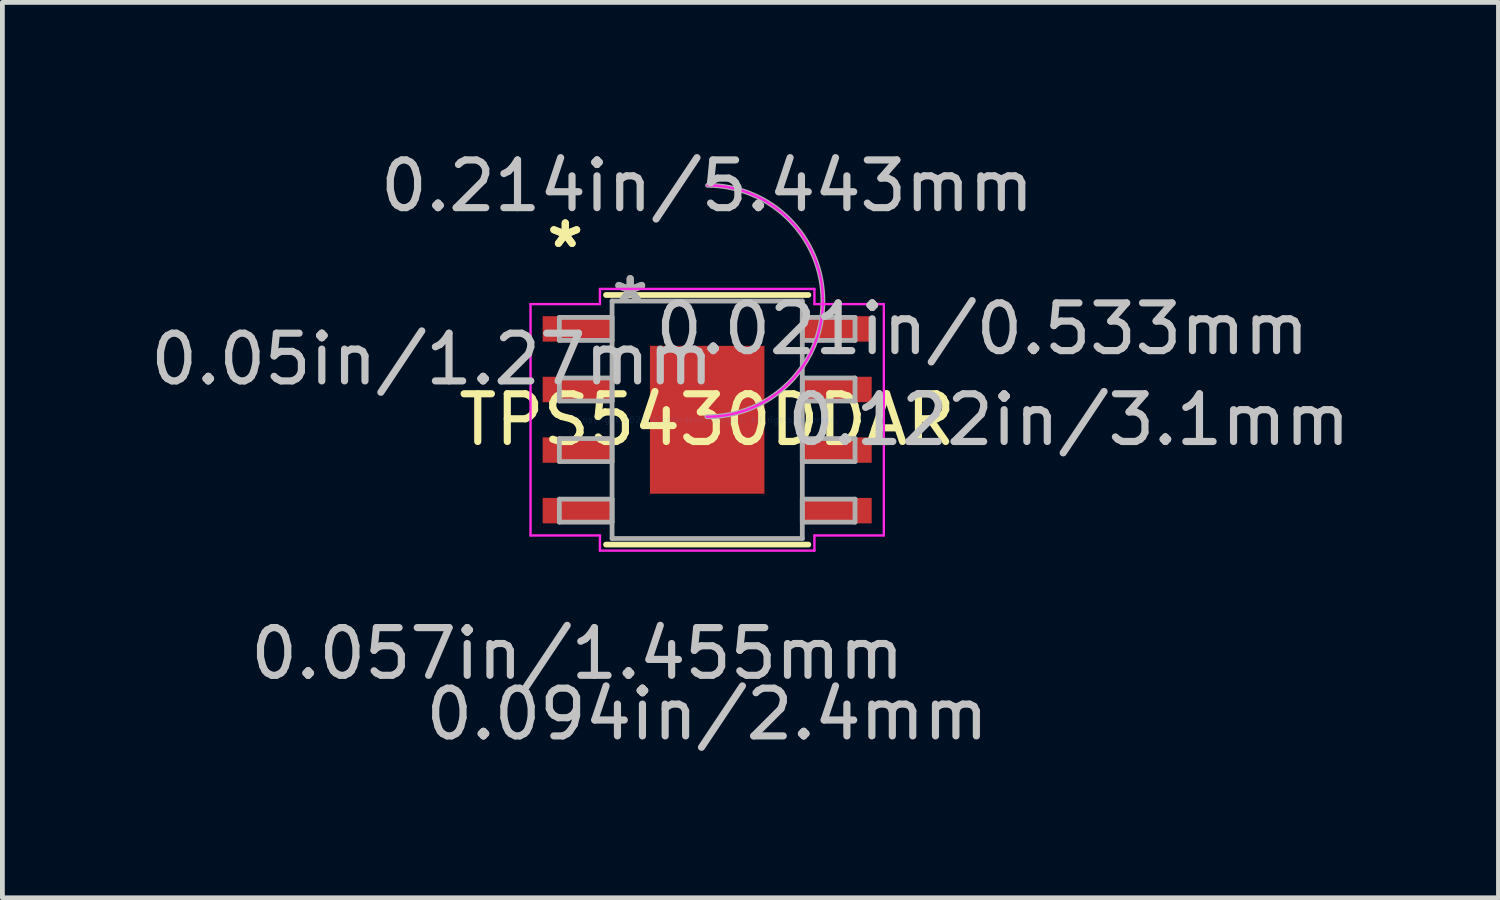
<source format=kicad_pcb>
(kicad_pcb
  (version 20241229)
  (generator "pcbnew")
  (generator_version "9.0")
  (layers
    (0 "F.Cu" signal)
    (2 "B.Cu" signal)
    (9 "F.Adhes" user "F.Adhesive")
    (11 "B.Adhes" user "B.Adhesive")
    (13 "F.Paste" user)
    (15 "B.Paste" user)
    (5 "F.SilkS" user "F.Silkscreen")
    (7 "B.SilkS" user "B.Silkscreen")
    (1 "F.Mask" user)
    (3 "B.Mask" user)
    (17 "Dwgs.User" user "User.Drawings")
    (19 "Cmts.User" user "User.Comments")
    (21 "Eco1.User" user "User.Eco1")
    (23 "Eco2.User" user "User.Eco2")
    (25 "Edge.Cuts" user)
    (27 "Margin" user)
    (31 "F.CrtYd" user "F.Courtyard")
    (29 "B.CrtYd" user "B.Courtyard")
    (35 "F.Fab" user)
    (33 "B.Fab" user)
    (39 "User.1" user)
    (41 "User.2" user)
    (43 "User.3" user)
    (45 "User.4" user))
  (footprint "TPS5430DDAR"
    (layer "F.Cu")
    (at 11.775 5.75)
    (property "Reference" "TPS5430DDAR" (at 0 0 0) (layer "F.SilkS") (effects (font (size 1 1) (thickness 0.15))))
    (attr through_hole)
    (fp_line (start -2.121 2.616) (end 2.121 2.616) (stroke (width 0.12) (type solid)) (layer "F.SilkS"))
    (fp_line (start 2.121 -2.616) (end -2.121 -2.616) (stroke (width 0.12) (type solid)) (layer "F.SilkS"))
    (fp_poly (pts (xy -1.1 -1.45) (xy -1.1 -0.1) (xy 1.1 -0.1) (xy 1.1 -1.45)) (stroke (width 0.1) (type solid)) (fill yes) (layer "F.Paste"))
    (fp_poly (pts (xy -1.1 0.1) (xy -1.1 1.45) (xy 1.1 1.45) (xy 1.1 0.1)) (stroke (width 0.1) (type solid)) (fill yes) (layer "F.Paste"))
    (fp_line (start -3.703 -2.425) (end -2.248 -2.425) (stroke (width 0.05) (type solid)) (layer "F.CrtYd"))
    (fp_line (start -3.703 2.425) (end -3.703 -2.425) (stroke (width 0.05) (type solid)) (layer "F.CrtYd"))
    (fp_line (start -2.248 -2.743) (end 2.248 -2.743) (stroke (width 0.05) (type solid)) (layer "F.CrtYd"))
    (fp_line (start -2.248 -2.425) (end -2.248 -2.743) (stroke (width 0.05) (type solid)) (layer "F.CrtYd"))
    (fp_line (start -2.248 2.425) (end -3.703 2.425) (stroke (width 0.05) (type solid)) (layer "F.CrtYd"))
    (fp_line (start -2.248 2.743) (end -2.248 2.425) (stroke (width 0.05) (type solid)) (layer "F.CrtYd"))
    (fp_line (start 2.248 -2.743) (end 2.248 -2.425) (stroke (width 0.05) (type solid)) (layer "F.CrtYd"))
    (fp_line (start 2.248 -2.425) (end 3.703 -2.425) (stroke (width 0.05) (type solid)) (layer "F.CrtYd"))
    (fp_line (start 2.248 2.425) (end 2.248 2.743) (stroke (width 0.05) (type solid)) (layer "F.CrtYd"))
    (fp_line (start 2.248 2.743) (end -2.248 2.743) (stroke (width 0.05) (type solid)) (layer "F.CrtYd"))
    (fp_line (start 3.703 -2.425) (end 3.703 2.425) (stroke (width 0.05) (type solid)) (layer "F.CrtYd"))
    (fp_line (start 3.703 2.425) (end 2.248 2.425) (stroke (width 0.05) (type solid)) (layer "F.CrtYd"))
    (fp_arc (start 0.008441 -4.915174) (mid 2.425974 -2.480759) (end -0.008441 -0.063226) (stroke (width 0.05) (type solid)) (layer "F.CrtYd"))
    (fp_line (start -3.099 -2.146) (end -3.099 -1.664) (stroke (width 0.1) (type solid)) (layer "F.Fab"))
    (fp_line (start -3.099 -1.664) (end -1.994 -1.664) (stroke (width 0.1) (type solid)) (layer "F.Fab"))
    (fp_line (start -3.099 -0.876) (end -3.099 -0.394) (stroke (width 0.1) (type solid)) (layer "F.Fab"))
    (fp_line (start -3.099 -0.394) (end -1.994 -0.394) (stroke (width 0.1) (type solid)) (layer "F.Fab"))
    (fp_line (start -3.099 0.394) (end -3.099 0.876) (stroke (width 0.1) (type solid)) (layer "F.Fab"))
    (fp_line (start -3.099 0.876) (end -1.994 0.876) (stroke (width 0.1) (type solid)) (layer "F.Fab"))
    (fp_line (start -3.099 1.664) (end -3.099 2.146) (stroke (width 0.1) (type solid)) (layer "F.Fab"))
    (fp_line (start -3.099 2.146) (end -1.994 2.146) (stroke (width 0.1) (type solid)) (layer "F.Fab"))
    (fp_line (start -1.994 -2.489) (end -1.994 2.489) (stroke (width 0.1) (type solid)) (layer "F.Fab"))
    (fp_line (start -1.994 -2.146) (end -3.099 -2.146) (stroke (width 0.1) (type solid)) (layer "F.Fab"))
    (fp_line (start -1.994 -1.664) (end -1.994 -2.146) (stroke (width 0.1) (type solid)) (layer "F.Fab"))
    (fp_line (start -1.994 -0.876) (end -3.099 -0.876) (stroke (width 0.1) (type solid)) (layer "F.Fab"))
    (fp_line (start -1.994 -0.394) (end -1.994 -0.876) (stroke (width 0.1) (type solid)) (layer "F.Fab"))
    (fp_line (start -1.994 0.394) (end -3.099 0.394) (stroke (width 0.1) (type solid)) (layer "F.Fab"))
    (fp_line (start -1.994 0.876) (end -1.994 0.394) (stroke (width 0.1) (type solid)) (layer "F.Fab"))
    (fp_line (start -1.994 1.664) (end -3.099 1.664) (stroke (width 0.1) (type solid)) (layer "F.Fab"))
    (fp_line (start -1.994 2.146) (end -1.994 1.664) (stroke (width 0.1) (type solid)) (layer "F.Fab"))
    (fp_line (start -1.994 2.489) (end 1.994 2.489) (stroke (width 0.1) (type solid)) (layer "F.Fab"))
    (fp_line (start 1.994 -2.489) (end -1.994 -2.489) (stroke (width 0.1) (type solid)) (layer "F.Fab"))
    (fp_line (start 1.994 -2.146) (end 1.994 -1.664) (stroke (width 0.1) (type solid)) (layer "F.Fab"))
    (fp_line (start 1.994 -1.664) (end 3.099 -1.664) (stroke (width 0.1) (type solid)) (layer "F.Fab"))
    (fp_line (start 1.994 -0.876) (end 1.994 -0.394) (stroke (width 0.1) (type solid)) (layer "F.Fab"))
    (fp_line (start 1.994 -0.394) (end 3.099 -0.394) (stroke (width 0.1) (type solid)) (layer "F.Fab"))
    (fp_line (start 1.994 0.394) (end 1.994 0.876) (stroke (width 0.1) (type solid)) (layer "F.Fab"))
    (fp_line (start 1.994 0.876) (end 3.099 0.876) (stroke (width 0.1) (type solid)) (layer "F.Fab"))
    (fp_line (start 1.994 1.664) (end 1.994 2.146) (stroke (width 0.1) (type solid)) (layer "F.Fab"))
    (fp_line (start 1.994 2.146) (end 3.099 2.146) (stroke (width 0.1) (type solid)) (layer "F.Fab"))
    (fp_line (start 1.994 2.489) (end 1.994 -2.489) (stroke (width 0.1) (type solid)) (layer "F.Fab"))
    (fp_line (start 3.099 -2.146) (end 1.994 -2.146) (stroke (width 0.1) (type solid)) (layer "F.Fab"))
    (fp_line (start 3.099 -1.664) (end 3.099 -2.146) (stroke (width 0.1) (type solid)) (layer "F.Fab"))
    (fp_line (start 3.099 -0.876) (end 1.994 -0.876) (stroke (width 0.1) (type solid)) (layer "F.Fab"))
    (fp_line (start 3.099 -0.394) (end 3.099 -0.876) (stroke (width 0.1) (type solid)) (layer "F.Fab"))
    (fp_line (start 3.099 0.394) (end 1.994 0.394) (stroke (width 0.1) (type solid)) (layer "F.Fab"))
    (fp_line (start 3.099 0.876) (end 3.099 0.394) (stroke (width 0.1) (type solid)) (layer "F.Fab"))
    (fp_line (start 3.099 1.664) (end 1.994 1.664) (stroke (width 0.1) (type solid)) (layer "F.Fab"))
    (fp_line (start 3.099 2.146) (end 3.099 1.664) (stroke (width 0.1) (type solid)) (layer "F.Fab"))
    (fp_arc (start 0.007742 -4.915174) (mid 2.425974 -2.481458) (end -0.007742 -0.063226) (stroke (width 0.1) (type solid)) (layer "F.Fab"))
    (fp_text user "*" (at -2.975 -3.581 0) (layer "F.SilkS") (effects (font (size 1 1) (thickness 0.15))))
    (fp_text user "*" (at -2.975 -3.581 0) (layer "F.SilkS") (effects (font (size 1 1) (thickness 0.15))))
    (fp_text user "0.214in/5.443mm" (at 0 -4.902 0) (layer "Dwgs.User") (effects (font (size 1 1) (thickness 0.15))))
    (fp_text user "0.021in/0.533mm" (at 5.769 -1.905 0) (layer "Dwgs.User") (effects (font (size 1 1) (thickness 0.15))))
    (fp_text user "0.05in/1.27mm" (at -5.769 -1.27 0) (layer "Dwgs.User") (effects (font (size 1 1) (thickness 0.15))))
    (fp_text user "0.094in/2.4mm" (at 0 6.172 0) (layer "Dwgs.User") (effects (font (size 1 1) (thickness 0.15))))
    (fp_text user "0.057in/1.455mm" (at -2.721 4.902 0) (layer "Dwgs.User") (effects (font (size 1 1) (thickness 0.15))))
    (fp_text user "0.122in/3.1mm" (at 7.582 0 0) (layer "Dwgs.User") (effects (font (size 1 1) (thickness 0.15))))
    (fp_text user "Copyright 2021 Accelerated Designs. All rights reserved." (at 0 0 0) (layer "Cmts.User") (effects (font (size 0.127 0.127) (thickness 0.002))))
    (fp_text user "*" (at -1.613 -2.413 0) (layer "F.Fab") (effects (font (size 1 1) (thickness 0.15))))
    (fp_text user "*" (at -1.613 -2.413 0) (layer "F.Fab") (effects (font (size 1 1) (thickness 0.15))))
    (pad "1" smd rect (at -2.721 -1.905) (size 1.455 0.533) (layers "F.Cu" "F.Mask" "F.Paste"))
    (pad "2" smd rect (at -2.721 -0.635) (size 1.455 0.533) (layers "F.Cu" "F.Mask" "F.Paste"))
    (pad "3" smd rect (at -2.721 0.635) (size 1.455 0.533) (layers "F.Cu" "F.Mask" "F.Paste"))
    (pad "4" smd rect (at -2.721 1.905) (size 1.455 0.533) (layers "F.Cu" "F.Mask" "F.Paste"))
    (pad "5" smd rect (at 2.721 1.905) (size 1.455 0.533) (layers "F.Cu" "F.Mask" "F.Paste"))
    (pad "6" smd rect (at 2.721 0.635) (size 1.455 0.533) (layers "F.Cu" "F.Mask" "F.Paste"))
    (pad "7" smd rect (at 2.721 -0.635) (size 1.455 0.533) (layers "F.Cu" "F.Mask" "F.Paste"))
    (pad "8" smd rect (at 2.721 -1.905) (size 1.455 0.533) (layers "F.Cu" "F.Mask" "F.Paste"))
    (pad "EPAD" smd rect (at 0 0) (size 2.4 3.1) (layers "F.Cu" "F.Mask" "F.Paste")))
  (gr_rect
    (start -3 -3)
    (end 28.363 15.771)
    (stroke (width 0.1) (type default))
    (fill no)
    (layer "Edge.Cuts")))
</source>
